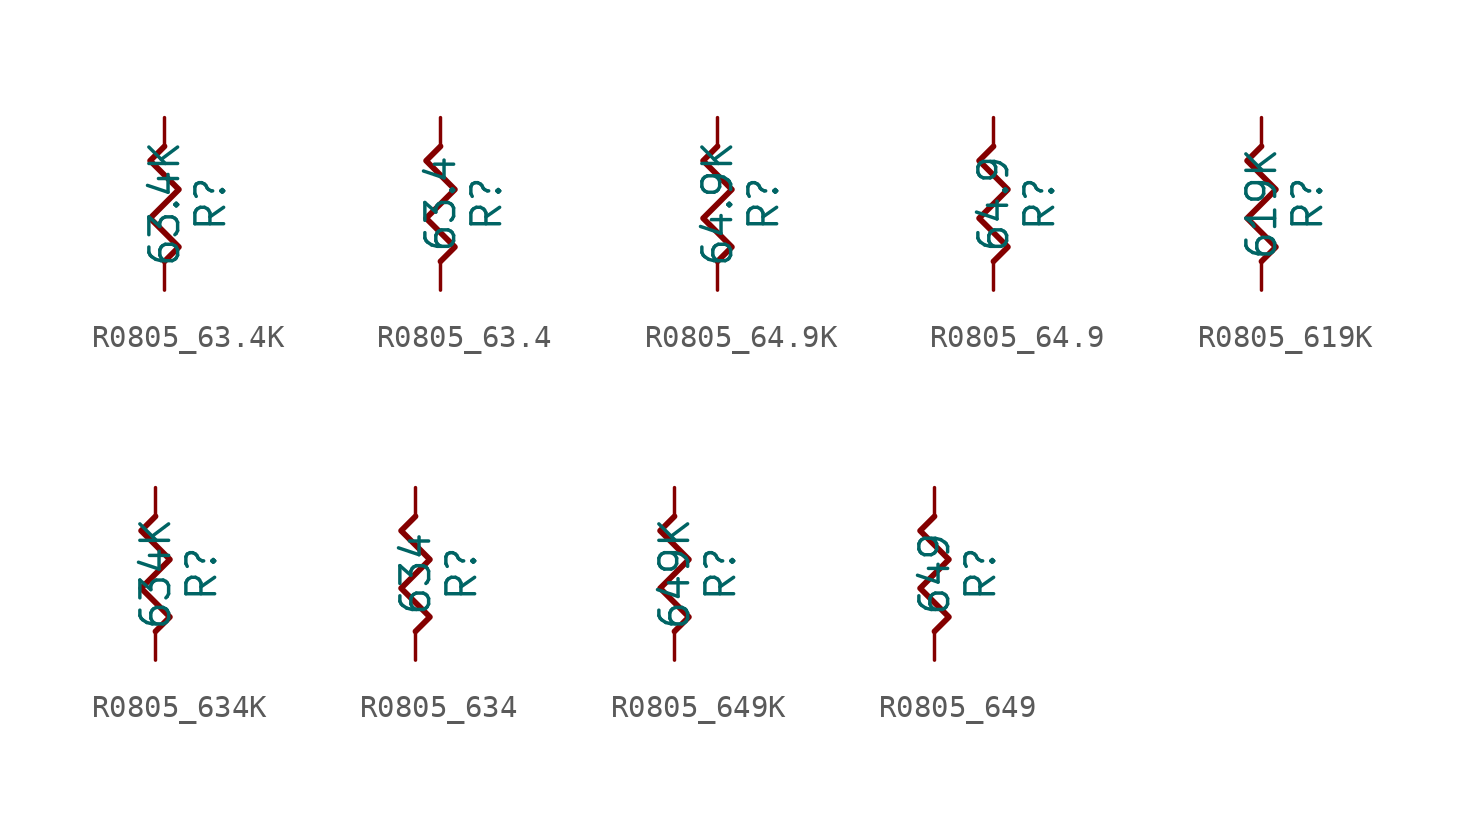
<source format=kicad_sym>
(kicad_symbol_lib
  (version 20211014)
  (generator atlantix-eda)
  (symbol "R0805_63.4K"
    (pin_numbers hide)
    (pin_names
      (offset 0))
    (property "Reference" "R"
      (at 2.032 0 90)
      (effects (font (size 1.27 1.27))))
    (property "Value" "63.4K"
      (at 0 0 90)
      (effects (font (size 1.27 1.27))))
    (symbol "R0805_63.4K_0_1"
      (polyline (pts (xy 0 -2.54) (xy 0.635 -1.905) (xy -0.635 -0.635) (xy 0.635 0.635) (xy -0.635 1.905) (xy 0 2.54)) (stroke (width 0.254) (type default) (color 0 0 0 0)) (fill (type none))))
    (symbol "R0805_63.4K_1_1"
      (pin passive line (at 0 3.81 270) (length 1.27) (name "~" (effects (font (size 1.27 1.27)))) (number "1" (effects (font (size 1.27 1.27)))))
      (pin passive line (at 0 -3.81 90) (length 1.27) (name "~" (effects (font (size 1.27 1.27)))) (number "2" (effects (font (size 1.27 1.27)))))))
  (symbol "R0805_63.4"
    (pin_numbers hide)
    (pin_names
      (offset 0))
    (property "Reference" "R"
      (at 2.032 0 90)
      (effects (font (size 1.27 1.27))))
    (property "Value" "63.4"
      (at 0 0 90)
      (effects (font (size 1.27 1.27))))
    (symbol "R0805_63.4_0_1"
      (polyline (pts (xy 0 -2.54) (xy 0.635 -1.905) (xy -0.635 -0.635) (xy 0.635 0.635) (xy -0.635 1.905) (xy 0 2.54)) (stroke (width 0.254) (type default) (color 0 0 0 0)) (fill (type none))))
    (symbol "R0805_63.4_1_1"
      (pin passive line (at 0 3.81 270) (length 1.27) (name "~" (effects (font (size 1.27 1.27)))) (number "1" (effects (font (size 1.27 1.27)))))
      (pin passive line (at 0 -3.81 90) (length 1.27) (name "~" (effects (font (size 1.27 1.27)))) (number "2" (effects (font (size 1.27 1.27)))))))
  (symbol "R0805_64.9K"
    (pin_numbers hide)
    (pin_names
      (offset 0))
    (property "Reference" "R"
      (at 2.032 0 90)
      (effects (font (size 1.27 1.27))))
    (property "Value" "64.9K"
      (at 0 0 90)
      (effects (font (size 1.27 1.27))))
    (symbol "R0805_64.9K_0_1"
      (polyline (pts (xy 0 -2.54) (xy 0.635 -1.905) (xy -0.635 -0.635) (xy 0.635 0.635) (xy -0.635 1.905) (xy 0 2.54)) (stroke (width 0.254) (type default) (color 0 0 0 0)) (fill (type none))))
    (symbol "R0805_64.9K_1_1"
      (pin passive line (at 0 3.81 270) (length 1.27) (name "~" (effects (font (size 1.27 1.27)))) (number "1" (effects (font (size 1.27 1.27)))))
      (pin passive line (at 0 -3.81 90) (length 1.27) (name "~" (effects (font (size 1.27 1.27)))) (number "2" (effects (font (size 1.27 1.27)))))))
  (symbol "R0805_64.9"
    (pin_numbers hide)
    (pin_names
      (offset 0))
    (property "Reference" "R"
      (at 2.032 0 90)
      (effects (font (size 1.27 1.27))))
    (property "Value" "64.9"
      (at 0 0 90)
      (effects (font (size 1.27 1.27))))
    (symbol "R0805_64.9_0_1"
      (polyline (pts (xy 0 -2.54) (xy 0.635 -1.905) (xy -0.635 -0.635) (xy 0.635 0.635) (xy -0.635 1.905) (xy 0 2.54)) (stroke (width 0.254) (type default) (color 0 0 0 0)) (fill (type none))))
    (symbol "R0805_64.9_1_1"
      (pin passive line (at 0 3.81 270) (length 1.27) (name "~" (effects (font (size 1.27 1.27)))) (number "1" (effects (font (size 1.27 1.27)))))
      (pin passive line (at 0 -3.81 90) (length 1.27) (name "~" (effects (font (size 1.27 1.27)))) (number "2" (effects (font (size 1.27 1.27)))))))
  (symbol "R0805_619K"
    (pin_numbers hide)
    (pin_names
      (offset 0))
    (property "Reference" "R"
      (at 2.032 0 90)
      (effects (font (size 1.27 1.27))))
    (property "Value" "619K"
      (at 0 0 90)
      (effects (font (size 1.27 1.27))))
    (symbol "R0805_619K_0_1"
      (polyline (pts (xy 0 -2.54) (xy 0.635 -1.905) (xy -0.635 -0.635) (xy 0.635 0.635) (xy -0.635 1.905) (xy 0 2.54)) (stroke (width 0.254) (type default) (color 0 0 0 0)) (fill (type none))))
    (symbol "R0805_619K_1_1"
      (pin passive line (at 0 3.81 270) (length 1.27) (name "~" (effects (font (size 1.27 1.27)))) (number "1" (effects (font (size 1.27 1.27)))))
      (pin passive line (at 0 -3.81 90) (length 1.27) (name "~" (effects (font (size 1.27 1.27)))) (number "2" (effects (font (size 1.27 1.27)))))))
  (symbol "R0805_634K"
    (pin_numbers hide)
    (pin_names
      (offset 0))
    (property "Reference" "R"
      (at 2.032 0 90)
      (effects (font (size 1.27 1.27))))
    (property "Value" "634K"
      (at 0 0 90)
      (effects (font (size 1.27 1.27))))
    (symbol "R0805_634K_0_1"
      (polyline (pts (xy 0 -2.54) (xy 0.635 -1.905) (xy -0.635 -0.635) (xy 0.635 0.635) (xy -0.635 1.905) (xy 0 2.54)) (stroke (width 0.254) (type default) (color 0 0 0 0)) (fill (type none))))
    (symbol "R0805_634K_1_1"
      (pin passive line (at 0 3.81 270) (length 1.27) (name "~" (effects (font (size 1.27 1.27)))) (number "1" (effects (font (size 1.27 1.27)))))
      (pin passive line (at 0 -3.81 90) (length 1.27) (name "~" (effects (font (size 1.27 1.27)))) (number "2" (effects (font (size 1.27 1.27)))))))
  (symbol "R0805_634"
    (pin_numbers hide)
    (pin_names
      (offset 0))
    (property "Reference" "R"
      (at 2.032 0 90)
      (effects (font (size 1.27 1.27))))
    (property "Value" "634"
      (at 0 0 90)
      (effects (font (size 1.27 1.27))))
    (symbol "R0805_634_0_1"
      (polyline (pts (xy 0 -2.54) (xy 0.635 -1.905) (xy -0.635 -0.635) (xy 0.635 0.635) (xy -0.635 1.905) (xy 0 2.54)) (stroke (width 0.254) (type default) (color 0 0 0 0)) (fill (type none))))
    (symbol "R0805_634_1_1"
      (pin passive line (at 0 3.81 270) (length 1.27) (name "~" (effects (font (size 1.27 1.27)))) (number "1" (effects (font (size 1.27 1.27)))))
      (pin passive line (at 0 -3.81 90) (length 1.27) (name "~" (effects (font (size 1.27 1.27)))) (number "2" (effects (font (size 1.27 1.27)))))))
  (symbol "R0805_649K"
    (pin_numbers hide)
    (pin_names
      (offset 0))
    (property "Reference" "R"
      (at 2.032 0 90)
      (effects (font (size 1.27 1.27))))
    (property "Value" "649K"
      (at 0 0 90)
      (effects (font (size 1.27 1.27))))
    (symbol "R0805_649K_0_1"
      (polyline (pts (xy 0 -2.54) (xy 0.635 -1.905) (xy -0.635 -0.635) (xy 0.635 0.635) (xy -0.635 1.905) (xy 0 2.54)) (stroke (width 0.254) (type default) (color 0 0 0 0)) (fill (type none))))
    (symbol "R0805_649K_1_1"
      (pin passive line (at 0 3.81 270) (length 1.27) (name "~" (effects (font (size 1.27 1.27)))) (number "1" (effects (font (size 1.27 1.27)))))
      (pin passive line (at 0 -3.81 90) (length 1.27) (name "~" (effects (font (size 1.27 1.27)))) (number "2" (effects (font (size 1.27 1.27)))))))
  (symbol "R0805_649"
    (pin_numbers hide)
    (pin_names
      (offset 0))
    (property "Reference" "R"
      (at 2.032 0 90)
      (effects (font (size 1.27 1.27))))
    (property "Value" "649"
      (at 0 0 90)
      (effects (font (size 1.27 1.27))))
    (symbol "R0805_649_0_1"
      (polyline (pts (xy 0 -2.54) (xy 0.635 -1.905) (xy -0.635 -0.635) (xy 0.635 0.635) (xy -0.635 1.905) (xy 0 2.54)) (stroke (width 0.254) (type default) (color 0 0 0 0)) (fill (type none))))
    (symbol "R0805_649_1_1"
      (pin passive line (at 0 3.81 270) (length 1.27) (name "~" (effects (font (size 1.27 1.27)))) (number "1" (effects (font (size 1.27 1.27)))))
      (pin passive line (at 0 -3.81 90) (length 1.27) (name "~" (effects (font (size 1.27 1.27)))) (number "2" (effects (font (size 1.27 1.27))))))))
</source>
